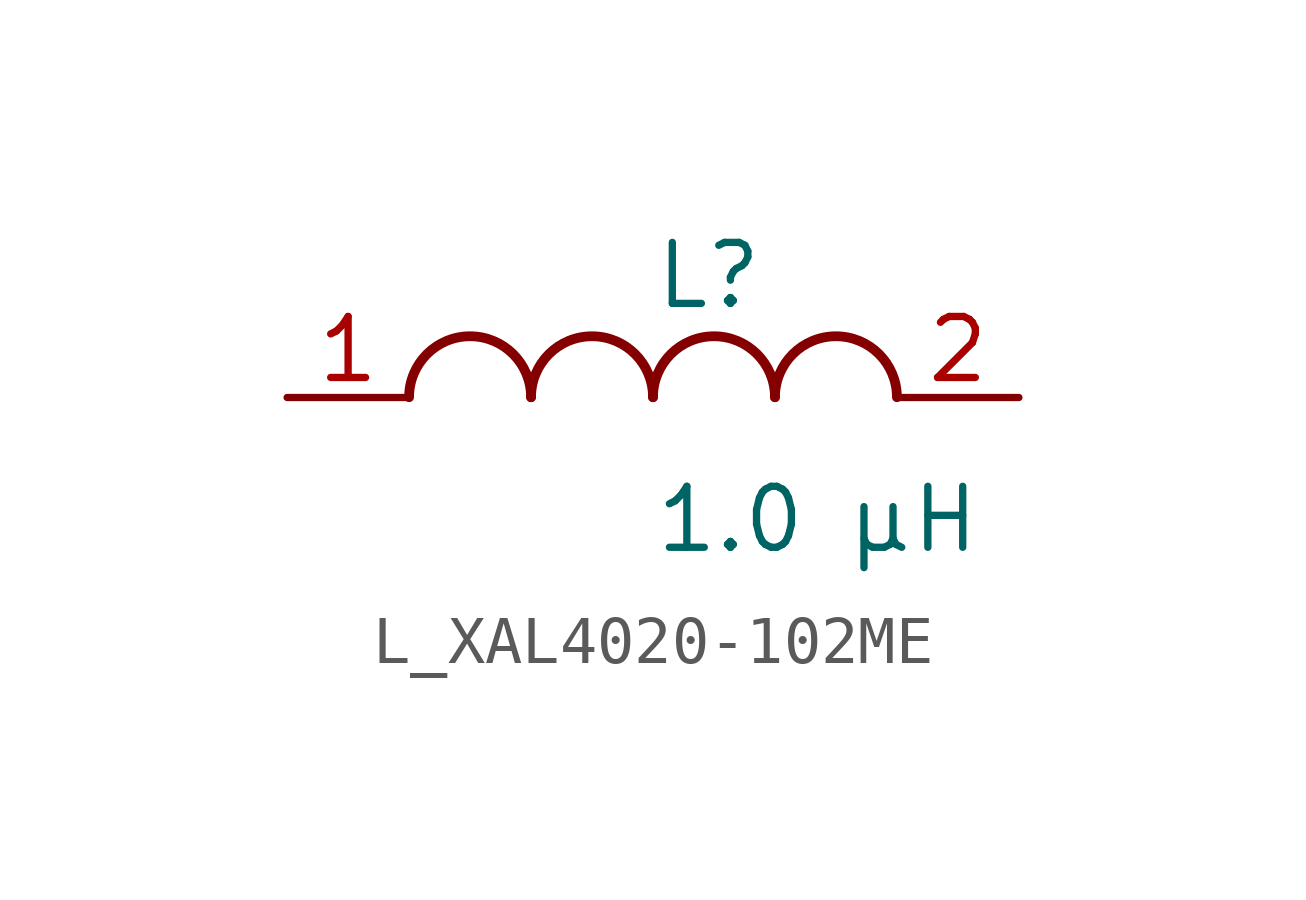
<source format=kicad_sym>
(kicad_symbol_lib
  (version 20231120)
  (generator kicad_symbol_editor)
  (generator_version 8.0)
  (symbol "L_XAL4020-102ME"
    (pin_names
      (offset 0.254))
    (property "Reference" "L"
      (at 0 2.54 0)
      (effects (font (size 1.27 1.27)) (justify left)))
    (property "Value" "1.0 µH"
      (at 0 -2.54 0)
      (effects (font (size 1.27 1.27)) (justify left)))
    (symbol "L_XAL4020-102ME_1_1"
      (arc (start -2.54 0.0056) (mid -3.81 1.27) (end -5.08 0.0056) (stroke (width 0.2032) (type default)) (fill (type none)))
      (arc (start 0 0.0056) (mid -1.27 1.27) (end -2.54 0.0056) (stroke (width 0.2032) (type default)) (fill (type none)))
      (arc (start 2.54 0.0056) (mid 1.27 1.27) (end 0 0.0056) (stroke (width 0.2032) (type default)) (fill (type none)))
      (arc (start 5.08 0.0056) (mid 3.81 1.27) (end 2.54 0.0056) (stroke (width 0.2032) (type default)) (fill (type none)))
      (pin unspecified line (at -7.62 0 0) (length 2.54) (name "" (effects (font (size 1.27 1.27)))) (number "1" (effects (font (size 1.27 1.27)))))
      (pin unspecified line (at 7.62 0 180) (length 2.54) (name "" (effects (font (size 1.27 1.27)))) (number "2" (effects (font (size 1.27 1.27))))))))
</source>
